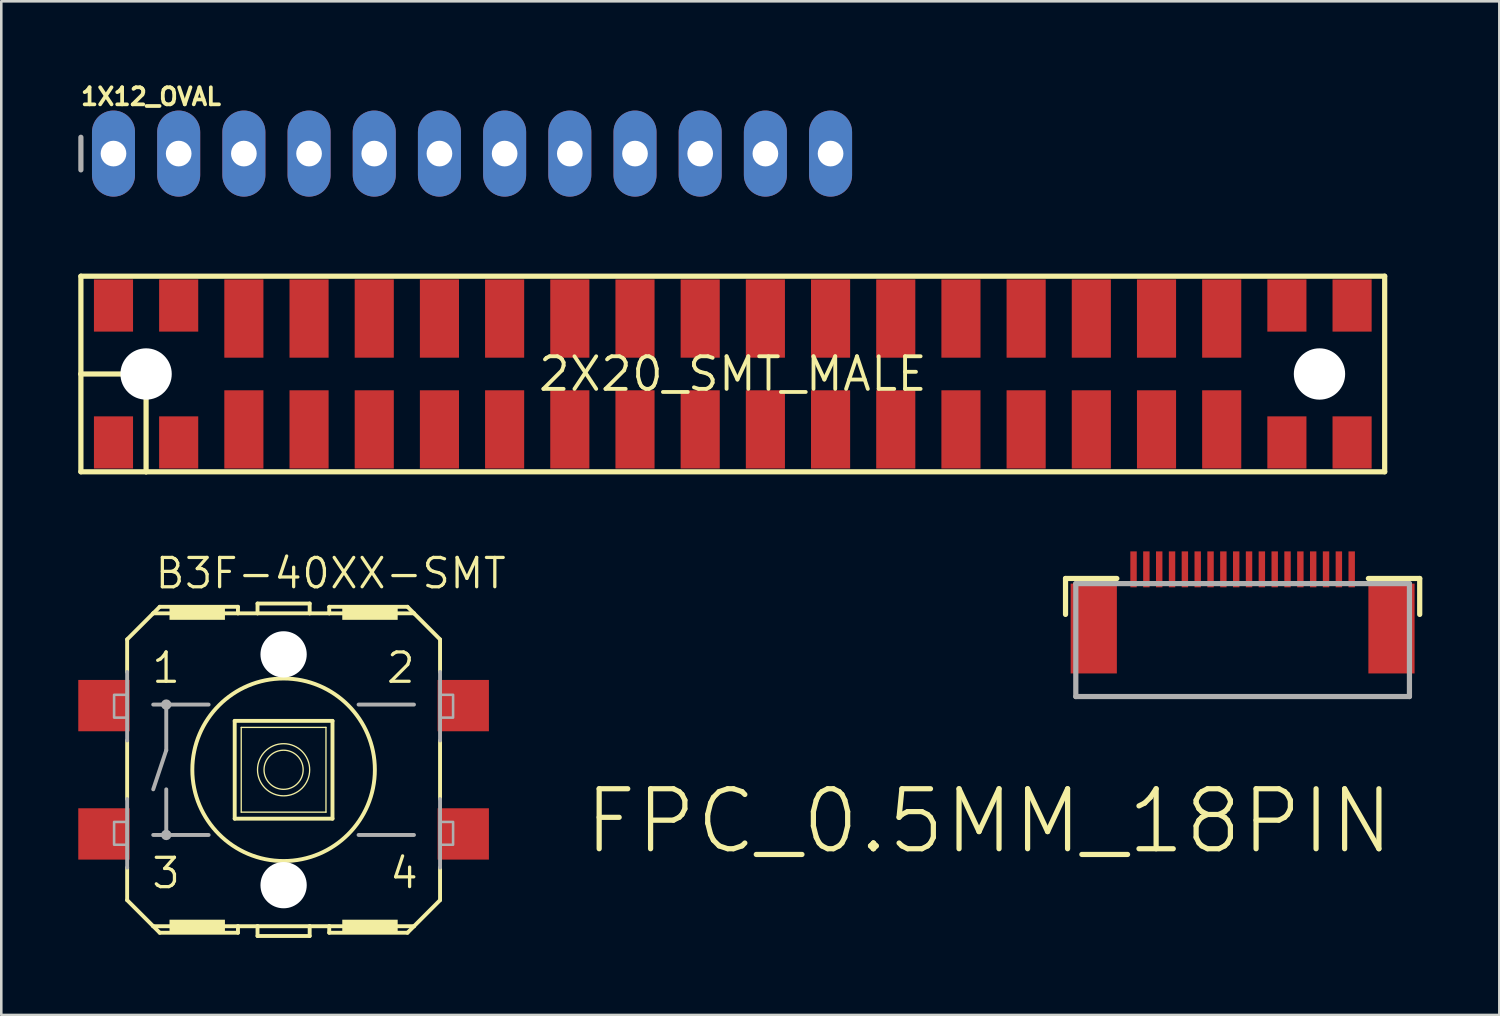
<source format=kicad_pcb>
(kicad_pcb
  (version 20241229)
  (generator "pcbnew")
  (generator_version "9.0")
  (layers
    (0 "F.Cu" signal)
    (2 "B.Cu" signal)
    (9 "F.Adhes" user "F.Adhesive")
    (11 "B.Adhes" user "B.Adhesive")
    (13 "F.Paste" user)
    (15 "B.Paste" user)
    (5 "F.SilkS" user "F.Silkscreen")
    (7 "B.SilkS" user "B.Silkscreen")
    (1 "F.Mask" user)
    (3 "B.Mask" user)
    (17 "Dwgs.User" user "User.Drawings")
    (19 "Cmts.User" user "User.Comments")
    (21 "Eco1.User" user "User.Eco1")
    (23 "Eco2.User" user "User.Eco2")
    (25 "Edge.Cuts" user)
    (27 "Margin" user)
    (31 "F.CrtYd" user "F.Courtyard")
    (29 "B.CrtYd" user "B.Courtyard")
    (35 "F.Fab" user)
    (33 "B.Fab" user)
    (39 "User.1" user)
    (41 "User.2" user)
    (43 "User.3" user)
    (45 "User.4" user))
  (footprint "1X12_OVAL"
    (layer "F.Cu")
    (at 15.342 2.934)
    (property "Reference" "1X12_OVAL" (at -15.316 -1.829 0) (unlocked yes) (layer "F.SilkS") (effects (font (size 0.666 0.666) (thickness 0.146)) (justify left bottom)))
    (fp_line (start -15.24 -0.635) (end -15.24 0.635) (stroke (width 0.203) (type solid)) (layer "F.Fab"))
    (fp_poly (pts (xy -14.224 0.254) (xy -13.716 0.254) (xy -13.716 -0.254) (xy -14.224 -0.254)) (stroke (width 0.1) (type default)) (fill no) (layer "F.Fab"))
    (fp_poly (pts (xy -11.684 0.254) (xy -11.176 0.254) (xy -11.176 -0.254) (xy -11.684 -0.254)) (stroke (width 0.1) (type default)) (fill no) (layer "F.Fab"))
    (fp_poly (pts (xy -9.144 0.254) (xy -8.636 0.254) (xy -8.636 -0.254) (xy -9.144 -0.254)) (stroke (width 0.1) (type default)) (fill no) (layer "F.Fab"))
    (fp_poly (pts (xy -6.604 0.254) (xy -6.096 0.254) (xy -6.096 -0.254) (xy -6.604 -0.254)) (stroke (width 0.1) (type default)) (fill no) (layer "F.Fab"))
    (fp_poly (pts (xy -4.064 0.254) (xy -3.556 0.254) (xy -3.556 -0.254) (xy -4.064 -0.254)) (stroke (width 0.1) (type default)) (fill no) (layer "F.Fab"))
    (fp_poly (pts (xy -1.524 0.254) (xy -1.016 0.254) (xy -1.016 -0.254) (xy -1.524 -0.254)) (stroke (width 0.1) (type default)) (fill no) (layer "F.Fab"))
    (fp_poly (pts (xy 1.016 0.254) (xy 1.524 0.254) (xy 1.524 -0.254) (xy 1.016 -0.254)) (stroke (width 0.1) (type default)) (fill no) (layer "F.Fab"))
    (fp_poly (pts (xy 3.556 0.254) (xy 4.064 0.254) (xy 4.064 -0.254) (xy 3.556 -0.254)) (stroke (width 0.1) (type default)) (fill no) (layer "F.Fab"))
    (fp_poly (pts (xy 6.096 0.254) (xy 6.604 0.254) (xy 6.604 -0.254) (xy 6.096 -0.254)) (stroke (width 0.1) (type default)) (fill no) (layer "F.Fab"))
    (fp_poly (pts (xy 8.636 0.254) (xy 9.144 0.254) (xy 9.144 -0.254) (xy 8.636 -0.254)) (stroke (width 0.1) (type default)) (fill no) (layer "F.Fab"))
    (fp_poly (pts (xy 11.176 0.254) (xy 11.684 0.254) (xy 11.684 -0.254) (xy 11.176 -0.254)) (stroke (width 0.1) (type default)) (fill no) (layer "F.Fab"))
    (fp_poly (pts (xy 13.716 0.254) (xy 14.224 0.254) (xy 14.224 -0.254) (xy 13.716 -0.254)) (stroke (width 0.1) (type default)) (fill no) (layer "F.Fab"))
    (pad "1" thru_hole oval (at -13.97 0 90) (size 3.353 1.676) (drill 1) (layers "*.Cu" "*.Mask"))
    (pad "2" thru_hole oval (at -11.43 0 90) (size 3.353 1.676) (drill 1) (layers "*.Cu" "*.Mask"))
    (pad "3" thru_hole oval (at -8.89 0 90) (size 3.353 1.676) (drill 1) (layers "*.Cu" "*.Mask"))
    (pad "4" thru_hole oval (at -6.35 0 90) (size 3.353 1.676) (drill 1) (layers "*.Cu" "*.Mask"))
    (pad "5" thru_hole oval (at -3.81 0 90) (size 3.353 1.676) (drill 1) (layers "*.Cu" "*.Mask"))
    (pad "6" thru_hole oval (at -1.27 0 90) (size 3.353 1.676) (drill 1) (layers "*.Cu" "*.Mask"))
    (pad "7" thru_hole oval (at 1.27 0 90) (size 3.353 1.676) (drill 1) (layers "*.Cu" "*.Mask"))
    (pad "8" thru_hole oval (at 3.81 0 90) (size 3.353 1.676) (drill 1) (layers "*.Cu" "*.Mask"))
    (pad "9" thru_hole oval (at 6.35 0 90) (size 3.353 1.676) (drill 1) (layers "*.Cu" "*.Mask"))
    (pad "10" thru_hole oval (at 8.89 0 90) (size 3.353 1.676) (drill 1) (layers "*.Cu" "*.Mask"))
    (pad "11" thru_hole oval (at 11.43 0 90) (size 3.353 1.676) (drill 1) (layers "*.Cu" "*.Mask"))
    (pad "12" thru_hole oval (at 13.97 0 90) (size 3.353 1.676) (drill 1) (layers "*.Cu" "*.Mask")))
  (footprint "2X20_SMT_MALE"
    (layer "F.Cu")
    (at 25.502 11.522)
    (property "Reference" "2X20_SMT_MALE" (at 0 0 0) (unlocked yes) (layer "F.SilkS") (effects (font (size 1.27 1.27) (thickness 0.15))))
    (fp_line (start -25.4 -3.81) (end 25.4 -3.81) (stroke (width 0.203) (type solid)) (layer "F.SilkS"))
    (fp_line (start -25.4 0) (end -25.4 -3.81) (stroke (width 0.203) (type solid)) (layer "F.SilkS"))
    (fp_line (start -25.4 0) (end -22.86 0) (stroke (width 0.203) (type solid)) (layer "F.SilkS"))
    (fp_line (start -25.4 3.81) (end -25.4 0) (stroke (width 0.203) (type solid)) (layer "F.SilkS"))
    (fp_line (start -22.86 0) (end -22.86 3.81) (stroke (width 0.203) (type solid)) (layer "F.SilkS"))
    (fp_line (start -22.86 3.81) (end -25.4 3.81) (stroke (width 0.203) (type solid)) (layer "F.SilkS"))
    (fp_line (start 25.4 -3.81) (end 25.4 3.81) (stroke (width 0.203) (type solid)) (layer "F.SilkS"))
    (fp_line (start 25.4 3.81) (end -22.86 3.81) (stroke (width 0.203) (type solid)) (layer "F.SilkS"))
    (pad "" np_thru_hole circle (at -22.86 0) (size 2 2) (drill 2) (layers "*.Cu" "*.Mask"))
    (pad "" np_thru_hole circle (at 22.86 0) (size 2 2) (drill 2) (layers "*.Cu" "*.Mask"))
    (pad "1" smd rect (at -24.13 2.667 90) (size 2.032 1.524) (layers "F.Cu" "F.Mask" "F.Paste"))
    (pad "2" smd rect (at -24.13 -2.667 90) (size 2.032 1.524) (layers "F.Cu" "F.Mask" "F.Paste"))
    (pad "3" smd rect (at -21.59 2.667 90) (size 2.032 1.524) (layers "F.Cu" "F.Mask" "F.Paste"))
    (pad "4" smd rect (at -21.59 -2.667 270) (size 2.032 1.524) (layers "F.Cu" "F.Mask" "F.Paste"))
    (pad "5" smd rect (at -19.05 2.159 90) (size 3.048 1.524) (layers "F.Cu" "F.Mask" "F.Paste"))
    (pad "6" smd rect (at -19.05 -2.159 270) (size 3.048 1.524) (layers "F.Cu" "F.Mask" "F.Paste"))
    (pad "7" smd rect (at -16.51 2.159 90) (size 3.048 1.524) (layers "F.Cu" "F.Mask" "F.Paste"))
    (pad "8" smd rect (at -16.51 -2.159 270) (size 3.048 1.524) (layers "F.Cu" "F.Mask" "F.Paste"))
    (pad "9" smd rect (at -13.97 2.159 90) (size 3.048 1.524) (layers "F.Cu" "F.Mask" "F.Paste"))
    (pad "10" smd rect (at -13.97 -2.159 270) (size 3.048 1.524) (layers "F.Cu" "F.Mask" "F.Paste"))
    (pad "11" smd rect (at -11.43 2.159 90) (size 3.048 1.524) (layers "F.Cu" "F.Mask" "F.Paste"))
    (pad "12" smd rect (at -11.43 -2.159 270) (size 3.048 1.524) (layers "F.Cu" "F.Mask" "F.Paste"))
    (pad "13" smd rect (at -8.89 2.159 90) (size 3.048 1.524) (layers "F.Cu" "F.Mask" "F.Paste"))
    (pad "14" smd rect (at -8.89 -2.159 270) (size 3.048 1.524) (layers "F.Cu" "F.Mask" "F.Paste"))
    (pad "15" smd rect (at -6.35 2.159 90) (size 3.048 1.524) (layers "F.Cu" "F.Mask" "F.Paste"))
    (pad "16" smd rect (at -6.35 -2.159 270) (size 3.048 1.524) (layers "F.Cu" "F.Mask" "F.Paste"))
    (pad "17" smd rect (at -3.81 2.159 90) (size 3.048 1.524) (layers "F.Cu" "F.Mask" "F.Paste"))
    (pad "18" smd rect (at -3.81 -2.159 270) (size 3.048 1.524) (layers "F.Cu" "F.Mask" "F.Paste"))
    (pad "19" smd rect (at -1.27 2.159 90) (size 3.048 1.524) (layers "F.Cu" "F.Mask" "F.Paste"))
    (pad "20" smd rect (at -1.27 -2.159 270) (size 3.048 1.524) (layers "F.Cu" "F.Mask" "F.Paste"))
    (pad "21" smd rect (at 1.27 2.159 90) (size 3.048 1.524) (layers "F.Cu" "F.Mask" "F.Paste"))
    (pad "22" smd rect (at 1.27 -2.159 270) (size 3.048 1.524) (layers "F.Cu" "F.Mask" "F.Paste"))
    (pad "23" smd rect (at 3.81 2.159 90) (size 3.048 1.524) (layers "F.Cu" "F.Mask" "F.Paste"))
    (pad "24" smd rect (at 3.81 -2.159 270) (size 3.048 1.524) (layers "F.Cu" "F.Mask" "F.Paste"))
    (pad "25" smd rect (at 6.35 2.159 90) (size 3.048 1.524) (layers "F.Cu" "F.Mask" "F.Paste"))
    (pad "26" smd rect (at 6.35 -2.159 270) (size 3.048 1.524) (layers "F.Cu" "F.Mask" "F.Paste"))
    (pad "27" smd rect (at 8.89 2.159 90) (size 3.048 1.524) (layers "F.Cu" "F.Mask" "F.Paste"))
    (pad "28" smd rect (at 8.89 -2.159 270) (size 3.048 1.524) (layers "F.Cu" "F.Mask" "F.Paste"))
    (pad "29" smd rect (at 11.43 2.159 90) (size 3.048 1.524) (layers "F.Cu" "F.Mask" "F.Paste"))
    (pad "30" smd rect (at 11.43 -2.159 270) (size 3.048 1.524) (layers "F.Cu" "F.Mask" "F.Paste"))
    (pad "31" smd rect (at 13.97 2.159 90) (size 3.048 1.524) (layers "F.Cu" "F.Mask" "F.Paste"))
    (pad "32" smd rect (at 13.97 -2.159 270) (size 3.048 1.524) (layers "F.Cu" "F.Mask" "F.Paste"))
    (pad "33" smd rect (at 16.51 2.159 90) (size 3.048 1.524) (layers "F.Cu" "F.Mask" "F.Paste"))
    (pad "34" smd rect (at 16.51 -2.159 270) (size 3.048 1.524) (layers "F.Cu" "F.Mask" "F.Paste"))
    (pad "35" smd rect (at 19.05 2.159 90) (size 3.048 1.524) (layers "F.Cu" "F.Mask" "F.Paste"))
    (pad "36" smd rect (at 19.05 -2.159 270) (size 3.048 1.524) (layers "F.Cu" "F.Mask" "F.Paste"))
    (pad "37" smd rect (at 21.59 2.667 90) (size 2.032 1.524) (layers "F.Cu" "F.Mask" "F.Paste"))
    (pad "38" smd rect (at 21.59 -2.667 270) (size 2.032 1.524) (layers "F.Cu" "F.Mask" "F.Paste"))
    (pad "39" smd rect (at 24.13 2.667 90) (size 2.032 1.524) (layers "F.Cu" "F.Mask" "F.Paste"))
    (pad "40" smd rect (at 24.13 -2.667 270) (size 2.032 1.524) (layers "F.Cu" "F.Mask" "F.Paste")))
  (footprint "B3F-40XX-SMT"
    (layer "F.Cu")
    (at 8 26.943)
    (property "Reference" "B3F-40XX-SMT" (at -5.08 -6.985 0) (unlocked yes) (layer "F.SilkS") (effects (font (size 1.143 1.143) (thickness 0.127)) (justify left bottom)))
    (fp_line (start -6.096 -5.08) (end -6.096 -3.81) (stroke (width 0.152) (type solid)) (layer "F.SilkS"))
    (fp_line (start -6.096 -1.143) (end -6.096 1.143) (stroke (width 0.152) (type solid)) (layer "F.SilkS"))
    (fp_line (start -6.096 3.81) (end -6.096 5.08) (stroke (width 0.152) (type solid)) (layer "F.SilkS"))
    (fp_line (start -6.096 5.08) (end -5.08 6.096) (stroke (width 0.152) (type solid)) (layer "F.SilkS"))
    (fp_line (start -5.08 -6.096) (end -6.096 -5.08) (stroke (width 0.152) (type solid)) (layer "F.SilkS"))
    (fp_line (start -5.08 -6.096) (end -4.826 -6.35) (stroke (width 0.152) (type solid)) (layer "F.SilkS"))
    (fp_line (start -5.08 -6.096) (end -1.778 -6.096) (stroke (width 0.152) (type solid)) (layer "F.SilkS"))
    (fp_line (start -5.08 6.096) (end -1.778 6.096) (stroke (width 0.152) (type solid)) (layer "F.SilkS"))
    (fp_line (start -4.826 6.35) (end -5.08 6.096) (stroke (width 0.152) (type solid)) (layer "F.SilkS"))
    (fp_line (start -1.905 -1.905) (end -1.905 1.905) (stroke (width 0.152) (type solid)) (layer "F.SilkS"))
    (fp_line (start -1.905 -1.905) (end 1.905 -1.905) (stroke (width 0.152) (type solid)) (layer "F.SilkS"))
    (fp_line (start -1.778 -6.35) (end -4.826 -6.35) (stroke (width 0.152) (type solid)) (layer "F.SilkS"))
    (fp_line (start -1.778 -6.35) (end -1.778 -6.096) (stroke (width 0.152) (type solid)) (layer "F.SilkS"))
    (fp_line (start -1.778 -6.096) (end -1.016 -6.096) (stroke (width 0.152) (type solid)) (layer "F.SilkS"))
    (fp_line (start -1.778 6.096) (end -1.778 6.35) (stroke (width 0.152) (type solid)) (layer "F.SilkS"))
    (fp_line (start -1.778 6.096) (end -1.016 6.096) (stroke (width 0.152) (type solid)) (layer "F.SilkS"))
    (fp_line (start -1.778 6.35) (end -4.826 6.35) (stroke (width 0.152) (type solid)) (layer "F.SilkS"))
    (fp_line (start -1.651 -1.651) (end -1.651 1.651) (stroke (width 0.051) (type solid)) (layer "F.SilkS"))
    (fp_line (start -1.651 -1.651) (end 1.651 -1.651) (stroke (width 0.051) (type solid)) (layer "F.SilkS"))
    (fp_line (start -1.016 -6.477) (end 1.016 -6.477) (stroke (width 0.152) (type solid)) (layer "F.SilkS"))
    (fp_line (start -1.016 -6.096) (end -1.016 -6.477) (stroke (width 0.152) (type solid)) (layer "F.SilkS"))
    (fp_line (start -1.016 -6.096) (end 1.016 -6.096) (stroke (width 0.152) (type solid)) (layer "F.SilkS"))
    (fp_line (start -1.016 6.096) (end 1.016 6.096) (stroke (width 0.152) (type solid)) (layer "F.SilkS"))
    (fp_line (start -1.016 6.477) (end -1.016 6.096) (stroke (width 0.152) (type solid)) (layer "F.SilkS"))
    (fp_line (start -1.016 6.477) (end 1.016 6.477) (stroke (width 0.152) (type solid)) (layer "F.SilkS"))
    (fp_line (start 1.016 -6.477) (end 1.016 -6.096) (stroke (width 0.152) (type solid)) (layer "F.SilkS"))
    (fp_line (start 1.016 6.096) (end 1.016 6.477) (stroke (width 0.152) (type solid)) (layer "F.SilkS"))
    (fp_line (start 1.016 6.096) (end 1.778 6.096) (stroke (width 0.152) (type solid)) (layer "F.SilkS"))
    (fp_line (start 1.651 1.651) (end -1.651 1.651) (stroke (width 0.051) (type solid)) (layer "F.SilkS"))
    (fp_line (start 1.651 1.651) (end 1.651 -1.651) (stroke (width 0.051) (type solid)) (layer "F.SilkS"))
    (fp_line (start 1.778 -6.35) (end 1.778 -6.096) (stroke (width 0.152) (type solid)) (layer "F.SilkS"))
    (fp_line (start 1.778 -6.096) (end 1.016 -6.096) (stroke (width 0.152) (type solid)) (layer "F.SilkS"))
    (fp_line (start 1.778 6.096) (end 1.778 6.35) (stroke (width 0.152) (type solid)) (layer "F.SilkS"))
    (fp_line (start 1.778 6.096) (end 5.08 6.096) (stroke (width 0.152) (type solid)) (layer "F.SilkS"))
    (fp_line (start 1.905 1.905) (end -1.905 1.905) (stroke (width 0.152) (type solid)) (layer "F.SilkS"))
    (fp_line (start 1.905 1.905) (end 1.905 -1.905) (stroke (width 0.152) (type solid)) (layer "F.SilkS"))
    (fp_line (start 4.826 -6.35) (end 1.778 -6.35) (stroke (width 0.152) (type solid)) (layer "F.SilkS"))
    (fp_line (start 4.826 6.35) (end 1.778 6.35) (stroke (width 0.152) (type solid)) (layer "F.SilkS"))
    (fp_line (start 5.08 -6.096) (end 1.778 -6.096) (stroke (width 0.152) (type solid)) (layer "F.SilkS"))
    (fp_line (start 5.08 -6.096) (end 4.826 -6.35) (stroke (width 0.152) (type solid)) (layer "F.SilkS"))
    (fp_line (start 5.08 6.096) (end 4.826 6.35) (stroke (width 0.152) (type solid)) (layer "F.SilkS"))
    (fp_line (start 5.08 6.096) (end 6.096 5.08) (stroke (width 0.152) (type solid)) (layer "F.SilkS"))
    (fp_line (start 6.096 -5.08) (end 5.08 -6.096) (stroke (width 0.152) (type solid)) (layer "F.SilkS"))
    (fp_line (start 6.096 -5.08) (end 6.096 -3.81) (stroke (width 0.152) (type solid)) (layer "F.SilkS"))
    (fp_line (start 6.096 -1.143) (end 6.096 1.143) (stroke (width 0.152) (type solid)) (layer "F.SilkS"))
    (fp_line (start 6.096 5.08) (end 6.096 3.81) (stroke (width 0.152) (type solid)) (layer "F.SilkS"))
    (fp_circle (center 0 0) (end 0.762 0) (stroke (width 0.051) (type solid)) (fill no) (layer "F.SilkS"))
    (fp_circle (center 0 0) (end 1.016 0) (stroke (width 0.051) (type solid)) (fill no) (layer "F.SilkS"))
    (fp_circle (center 0 0) (end 3.556 0) (stroke (width 0.152) (type solid)) (fill no) (layer "F.SilkS"))
    (fp_poly (pts (xy -4.445 -5.842) (xy -2.286 -5.842) (xy -2.286 -6.35) (xy -4.445 -6.35)) (stroke (width 0) (type default)) (fill yes) (layer "F.SilkS"))
    (fp_poly (pts (xy -4.445 6.35) (xy -2.286 6.35) (xy -2.286 5.842) (xy -4.445 5.842)) (stroke (width 0) (type default)) (fill yes) (layer "F.SilkS"))
    (fp_poly (pts (xy 2.286 -5.842) (xy 4.445 -5.842) (xy 4.445 -6.35) (xy 2.286 -6.35)) (stroke (width 0) (type default)) (fill yes) (layer "F.SilkS"))
    (fp_poly (pts (xy 2.286 6.35) (xy 4.445 6.35) (xy 4.445 5.842) (xy 2.286 5.842)) (stroke (width 0) (type default)) (fill yes) (layer "F.SilkS"))
    (fp_line (start -6.096 -1.143) (end -6.096 -3.81) (stroke (width 0.152) (type solid)) (layer "F.Fab"))
    (fp_line (start -6.096 3.81) (end -6.096 1.143) (stroke (width 0.152) (type solid)) (layer "F.Fab"))
    (fp_line (start -5.08 -2.54) (end -4.572 -2.54) (stroke (width 0.152) (type solid)) (layer "F.Fab"))
    (fp_line (start -5.08 2.54) (end -4.572 2.54) (stroke (width 0.152) (type solid)) (layer "F.Fab"))
    (fp_line (start -4.572 -2.54) (end -4.572 -0.762) (stroke (width 0.152) (type solid)) (layer "F.Fab"))
    (fp_line (start -4.572 -2.54) (end -2.921 -2.54) (stroke (width 0.152) (type solid)) (layer "F.Fab"))
    (fp_line (start -4.572 -0.762) (end -5.08 0.762) (stroke (width 0.152) (type solid)) (layer "F.Fab"))
    (fp_line (start -4.572 0.762) (end -4.572 2.54) (stroke (width 0.152) (type solid)) (layer "F.Fab"))
    (fp_line (start -4.572 2.54) (end -2.921 2.54) (stroke (width 0.152) (type solid)) (layer "F.Fab"))
    (fp_line (start 2.921 -2.54) (end 5.08 -2.54) (stroke (width 0.152) (type solid)) (layer "F.Fab"))
    (fp_line (start 2.921 2.54) (end 5.08 2.54) (stroke (width 0.152) (type solid)) (layer "F.Fab"))
    (fp_line (start 6.096 -1.143) (end 6.096 -3.81) (stroke (width 0.152) (type solid)) (layer "F.Fab"))
    (fp_line (start 6.096 3.81) (end 6.096 1.143) (stroke (width 0.152) (type solid)) (layer "F.Fab"))
    (fp_circle (center -4.572 -2.54) (end -4.445 -2.54) (stroke (width 0.152) (type solid)) (fill no) (layer "F.Fab"))
    (fp_circle (center -4.572 2.54) (end -4.445 2.54) (stroke (width 0.152) (type solid)) (fill no) (layer "F.Fab"))
    (fp_poly (pts (xy -6.604 -2.032) (xy -6.096 -2.032) (xy -6.096 -2.921) (xy -6.604 -2.921)) (stroke (width 0.1) (type default)) (fill no) (layer "F.Fab"))
    (fp_poly (pts (xy -6.604 2.921) (xy -6.096 2.921) (xy -6.096 2.032) (xy -6.604 2.032)) (stroke (width 0.1) (type default)) (fill no) (layer "F.Fab"))
    (fp_poly (pts (xy 6.096 -2.032) (xy 6.604 -2.032) (xy 6.604 -2.921) (xy 6.096 -2.921)) (stroke (width 0.1) (type default)) (fill no) (layer "F.Fab"))
    (fp_poly (pts (xy 6.096 2.921) (xy 6.604 2.921) (xy 6.604 2.032) (xy 6.096 2.032)) (stroke (width 0.1) (type default)) (fill no) (layer "F.Fab"))
    (fp_text user "3" (at -5.207 4.699 0) (layer "F.SilkS") (effects (font (size 1.143 1.143) (thickness 0.127)) (justify left bottom)))
    (fp_text user "4" (at 4.064 4.699 0) (layer "F.SilkS") (effects (font (size 1.143 1.143) (thickness 0.127)) (justify left bottom)))
    (fp_text user "1" (at -5.207 -3.302 0) (layer "F.SilkS") (effects (font (size 1.143 1.143) (thickness 0.127)) (justify left bottom)))
    (fp_text user "2" (at 3.937 -3.302 0) (layer "F.SilkS") (effects (font (size 1.143 1.143) (thickness 0.127)) (justify left bottom)))
    (pad "" np_thru_hole circle (at 0 -4.496) (size 1.803 1.803) (drill 1.803) (layers "*.Cu" "*.Mask"))
    (pad "" np_thru_hole circle (at 0 4.496) (size 1.803 1.803) (drill 1.803) (layers "*.Cu" "*.Mask"))
    (pad "P$1" smd rect (at -7 -2.5) (size 2 2) (layers "F.Cu" "F.Mask" "F.Paste"))
    (pad "P$2" smd rect (at 7 -2.5) (size 2 2) (layers "F.Cu" "F.Mask" "F.Paste"))
    (pad "P$3" smd rect (at -7 2.5) (size 2 2) (layers "F.Cu" "F.Mask" "F.Paste"))
    (pad "P$4" smd rect (at 7 2.5) (size 2 2) (layers "F.Cu" "F.Mask" "F.Paste")))
  (footprint "FPC_0.5MM_18PIN"
    (layer "F.Cu")
    (at 45.367 20.288)
    (property "Reference" "FPC_0.5MM_18PIN" (at 6 7.294 0) (unlocked yes) (layer "F.SilkS") (effects (font (size 2.337 2.337) (thickness 0.203)) (justify right top)))
    (fp_line (start -6.9 -0.798) (end -6.9 0.602) (stroke (width 0.203) (type solid)) (layer "F.SilkS"))
    (fp_line (start -4.9 -0.798) (end -6.9 -0.798) (stroke (width 0.203) (type solid)) (layer "F.SilkS"))
    (fp_line (start 4.9 -0.798) (end 6.9 -0.798) (stroke (width 0.203) (type solid)) (layer "F.SilkS"))
    (fp_line (start 6.9 -0.798) (end 6.9 0.602) (stroke (width 0.203) (type solid)) (layer "F.SilkS"))
    (fp_line (start -6.5 -0.598) (end -6.5 3.802) (stroke (width 0.203) (type solid)) (layer "F.Fab"))
    (fp_line (start -6.5 -0.598) (end 6.5 -0.598) (stroke (width 0.203) (type solid)) (layer "F.Fab"))
    (fp_line (start -6.5 3.802) (end 6.5 3.802) (stroke (width 0.203) (type solid)) (layer "F.Fab"))
    (fp_line (start 6.5 -0.598) (end 6.5 3.802) (stroke (width 0.203) (type solid)) (layer "F.Fab"))
    (pad "1" smd rect (at 4.25 -1.154 180) (size 0.25 1.4) (layers "F.Cu" "F.Mask" "F.Paste"))
    (pad "2" smd rect (at 3.75 -1.154 180) (size 0.25 1.4) (layers "F.Cu" "F.Mask" "F.Paste"))
    (pad "3" smd rect (at 3.25 -1.154 180) (size 0.25 1.4) (layers "F.Cu" "F.Mask" "F.Paste"))
    (pad "4" smd rect (at 2.75 -1.154 180) (size 0.25 1.4) (layers "F.Cu" "F.Mask" "F.Paste"))
    (pad "5" smd rect (at 2.25 -1.154 180) (size 0.25 1.4) (layers "F.Cu" "F.Mask" "F.Paste"))
    (pad "6" smd rect (at 1.75 -1.154 180) (size 0.25 1.4) (layers "F.Cu" "F.Mask" "F.Paste"))
    (pad "7" smd rect (at 1.25 -1.154 180) (size 0.25 1.4) (layers "F.Cu" "F.Mask" "F.Paste"))
    (pad "8" smd rect (at 0.75 -1.154 180) (size 0.25 1.4) (layers "F.Cu" "F.Mask" "F.Paste"))
    (pad "9" smd rect (at 0.25 -1.154 180) (size 0.25 1.4) (layers "F.Cu" "F.Mask" "F.Paste"))
    (pad "10" smd rect (at -0.25 -1.154 180) (size 0.25 1.4) (layers "F.Cu" "F.Mask" "F.Paste"))
    (pad "11" smd rect (at -0.75 -1.154 180) (size 0.25 1.4) (layers "F.Cu" "F.Mask" "F.Paste"))
    (pad "12" smd rect (at -1.25 -1.154 180) (size 0.25 1.4) (layers "F.Cu" "F.Mask" "F.Paste"))
    (pad "13" smd rect (at -1.75 -1.154 180) (size 0.25 1.4) (layers "F.Cu" "F.Mask" "F.Paste"))
    (pad "14" smd rect (at -2.25 -1.154 180) (size 0.25 1.4) (layers "F.Cu" "F.Mask" "F.Paste"))
    (pad "15" smd rect (at -2.75 -1.154 180) (size 0.25 1.4) (layers "F.Cu" "F.Mask" "F.Paste"))
    (pad "16" smd rect (at -3.25 -1.154 180) (size 0.25 1.4) (layers "F.Cu" "F.Mask" "F.Paste"))
    (pad "17" smd rect (at -3.75 -1.154 180) (size 0.25 1.4) (layers "F.Cu" "F.Mask" "F.Paste"))
    (pad "18" smd rect (at -4.25 -1.154 180) (size 0.25 1.4) (layers "F.Cu" "F.Mask" "F.Paste"))
    (pad "SUPPORT1" smd rect (at -5.8 1.152) (size 1.8 3.5) (layers "F.Cu" "F.Mask" "F.Paste"))
    (pad "SUPPORT2" smd rect (at 5.8 1.152) (size 1.8 3.5) (layers "F.Cu" "F.Mask" "F.Paste")))
  (gr_rect
    (start -3 -3)
    (end 55.369 36.496)
    (stroke (width 0.1) (type default))
    (fill no)
    (layer "Edge.Cuts")))
</source>
